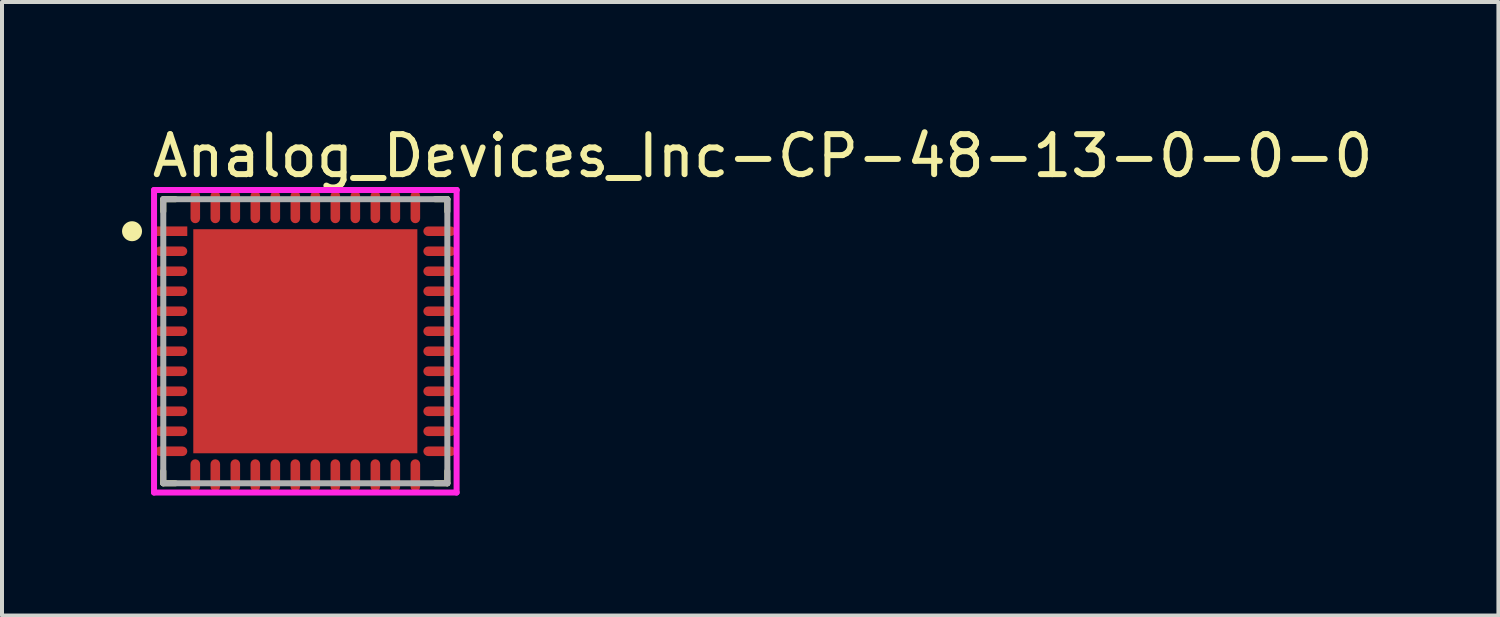
<source format=kicad_pcb>
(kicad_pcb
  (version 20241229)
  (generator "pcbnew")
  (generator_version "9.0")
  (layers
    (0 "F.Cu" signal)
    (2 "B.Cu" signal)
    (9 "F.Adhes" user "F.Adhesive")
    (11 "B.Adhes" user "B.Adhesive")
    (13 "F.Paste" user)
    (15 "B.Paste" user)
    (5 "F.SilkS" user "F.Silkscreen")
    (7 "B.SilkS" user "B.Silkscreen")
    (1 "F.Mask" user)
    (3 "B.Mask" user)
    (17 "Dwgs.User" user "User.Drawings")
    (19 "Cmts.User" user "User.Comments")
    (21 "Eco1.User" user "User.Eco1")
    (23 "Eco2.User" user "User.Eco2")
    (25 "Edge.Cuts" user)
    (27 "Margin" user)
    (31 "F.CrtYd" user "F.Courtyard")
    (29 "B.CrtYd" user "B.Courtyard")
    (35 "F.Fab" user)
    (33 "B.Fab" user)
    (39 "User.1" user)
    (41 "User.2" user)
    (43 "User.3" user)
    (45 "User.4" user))
  (footprint "Analog_Devices_Inc-CP-48-13-0-0-0"
    (layer "F.Cu")
    (at 4.581 5.479)
    (property "Reference" "Analog_Devices_Inc-CP-48-13-0-0-0" (at -3.906 -4.631 0) (layer "F.SilkS") (effects (font (size 1 1) (thickness 0.15)) (justify left)))
    (attr through_hole)
    (fp_line (start -3.55 -3.55) (end -3.245 -3.55) (stroke (width 0.15) (type solid)) (layer "F.SilkS"))
    (fp_line (start -3.55 -3.245) (end -3.55 -3.55) (stroke (width 0.15) (type solid)) (layer "F.SilkS"))
    (fp_line (start -3.55 3.55) (end -3.55 3.245) (stroke (width 0.15) (type solid)) (layer "F.SilkS"))
    (fp_line (start -3.55 3.55) (end -3.245 3.55) (stroke (width 0.15) (type solid)) (layer "F.SilkS"))
    (fp_line (start 3.245 -3.55) (end 3.55 -3.55) (stroke (width 0.15) (type solid)) (layer "F.SilkS"))
    (fp_line (start 3.245 3.55) (end 3.55 3.55) (stroke (width 0.15) (type solid)) (layer "F.SilkS"))
    (fp_line (start 3.55 -3.245) (end 3.55 -3.55) (stroke (width 0.15) (type solid)) (layer "F.SilkS"))
    (fp_line (start 3.55 3.55) (end 3.55 3.245) (stroke (width 0.15) (type solid)) (layer "F.SilkS"))
    (fp_circle (center -4.331 -2.75) (end -4.206 -2.75) (stroke (width 0.25) (type solid)) (fill no) (layer "F.SilkS"))
    (fp_poly (pts (xy -2.152 -2.152) (xy -0.349 -2.152) (xy -0.349 -0.349) (xy -2.152 -0.349)) (stroke (width 0) (type solid)) (fill yes) (layer "F.Paste"))
    (fp_poly (pts (xy -2.152 0.349) (xy -0.349 0.349) (xy -0.349 2.152) (xy -2.152 2.152)) (stroke (width 0) (type solid)) (fill yes) (layer "F.Paste"))
    (fp_poly (pts (xy 0.349 -2.152) (xy 2.152 -2.152) (xy 2.152 -0.349) (xy 0.349 -0.349)) (stroke (width 0) (type solid)) (fill yes) (layer "F.Paste"))
    (fp_poly (pts (xy 0.349 0.349) (xy 2.152 0.349) (xy 2.152 2.152) (xy 0.349 2.152)) (stroke (width 0) (type solid)) (fill yes) (layer "F.Paste"))
    (fp_line (start -3.781 -3.781) (end -3.781 3.781) (stroke (width 0.15) (type solid)) (layer "F.CrtYd"))
    (fp_line (start -3.781 3.781) (end 3.781 3.781) (stroke (width 0.15) (type solid)) (layer "F.CrtYd"))
    (fp_line (start 3.781 -3.781) (end -3.781 -3.781) (stroke (width 0.15) (type solid)) (layer "F.CrtYd"))
    (fp_line (start 3.781 -3.781) (end 3.781 -3.781) (stroke (width 0.15) (type solid)) (layer "F.CrtYd"))
    (fp_line (start 3.781 3.781) (end 3.781 -3.781) (stroke (width 0.15) (type solid)) (layer "F.CrtYd"))
    (fp_line (start -3.55 -3.55) (end 3.55 -3.55) (stroke (width 0.15) (type solid)) (layer "F.Fab"))
    (fp_line (start -3.55 3.55) (end -3.55 -3.55) (stroke (width 0.15) (type solid)) (layer "F.Fab"))
    (fp_line (start 3.55 -3.55) (end 3.55 3.55) (stroke (width 0.15) (type solid)) (layer "F.Fab"))
    (fp_line (start 3.55 3.55) (end -3.55 3.55) (stroke (width 0.15) (type solid)) (layer "F.Fab"))
    (pad "1" smd rect (at -3.353 -2.75) (size 0.806 0.239) (layers "F.Cu" "F.Mask" "F.Paste"))
    (pad "2" smd roundrect (at -3.353 -2.25) (size 0.806 0.239) (layers "F.Cu" "F.Mask" "F.Paste") (roundrect_rratio 0.5))
    (pad "3" smd roundrect (at -3.353 -1.75) (size 0.806 0.239) (layers "F.Cu" "F.Mask" "F.Paste") (roundrect_rratio 0.5))
    (pad "4" smd roundrect (at -3.353 -1.25) (size 0.806 0.239) (layers "F.Cu" "F.Mask" "F.Paste") (roundrect_rratio 0.5))
    (pad "5" smd roundrect (at -3.353 -0.75) (size 0.806 0.239) (layers "F.Cu" "F.Mask" "F.Paste") (roundrect_rratio 0.5))
    (pad "6" smd roundrect (at -3.353 -0.25) (size 0.806 0.239) (layers "F.Cu" "F.Mask" "F.Paste") (roundrect_rratio 0.5))
    (pad "7" smd roundrect (at -3.353 0.25) (size 0.806 0.239) (layers "F.Cu" "F.Mask" "F.Paste") (roundrect_rratio 0.5))
    (pad "8" smd roundrect (at -3.353 0.75) (size 0.806 0.239) (layers "F.Cu" "F.Mask" "F.Paste") (roundrect_rratio 0.5))
    (pad "9" smd roundrect (at -3.353 1.25) (size 0.806 0.239) (layers "F.Cu" "F.Mask" "F.Paste") (roundrect_rratio 0.5))
    (pad "10" smd roundrect (at -3.353 1.75) (size 0.806 0.239) (layers "F.Cu" "F.Mask" "F.Paste") (roundrect_rratio 0.5))
    (pad "11" smd roundrect (at -3.353 2.25) (size 0.806 0.239) (layers "F.Cu" "F.Mask" "F.Paste") (roundrect_rratio 0.5))
    (pad "12" smd roundrect (at -3.353 2.75) (size 0.806 0.239) (layers "F.Cu" "F.Mask" "F.Paste") (roundrect_rratio 0.5))
    (pad "13" smd roundrect (at -2.75 3.353) (size 0.239 0.806) (layers "F.Cu" "F.Mask" "F.Paste") (roundrect_rratio 0.5))
    (pad "14" smd roundrect (at -2.25 3.353) (size 0.239 0.806) (layers "F.Cu" "F.Mask" "F.Paste") (roundrect_rratio 0.5))
    (pad "15" smd roundrect (at -1.75 3.353) (size 0.239 0.806) (layers "F.Cu" "F.Mask" "F.Paste") (roundrect_rratio 0.5))
    (pad "16" smd roundrect (at -1.25 3.353) (size 0.239 0.806) (layers "F.Cu" "F.Mask" "F.Paste") (roundrect_rratio 0.5))
    (pad "17" smd roundrect (at -0.75 3.353) (size 0.239 0.806) (layers "F.Cu" "F.Mask" "F.Paste") (roundrect_rratio 0.5))
    (pad "18" smd roundrect (at -0.25 3.353) (size 0.239 0.806) (layers "F.Cu" "F.Mask" "F.Paste") (roundrect_rratio 0.5))
    (pad "19" smd roundrect (at 0.25 3.353) (size 0.239 0.806) (layers "F.Cu" "F.Mask" "F.Paste") (roundrect_rratio 0.5))
    (pad "20" smd roundrect (at 0.75 3.353) (size 0.239 0.806) (layers "F.Cu" "F.Mask" "F.Paste") (roundrect_rratio 0.5))
    (pad "21" smd roundrect (at 1.25 3.353) (size 0.239 0.806) (layers "F.Cu" "F.Mask" "F.Paste") (roundrect_rratio 0.5))
    (pad "22" smd roundrect (at 1.75 3.353) (size 0.239 0.806) (layers "F.Cu" "F.Mask" "F.Paste") (roundrect_rratio 0.5))
    (pad "23" smd roundrect (at 2.25 3.353) (size 0.239 0.806) (layers "F.Cu" "F.Mask" "F.Paste") (roundrect_rratio 0.5))
    (pad "24" smd roundrect (at 2.75 3.353) (size 0.239 0.806) (layers "F.Cu" "F.Mask" "F.Paste") (roundrect_rratio 0.5))
    (pad "25" smd roundrect (at 3.353 2.75) (size 0.806 0.239) (layers "F.Cu" "F.Mask" "F.Paste") (roundrect_rratio 0.5))
    (pad "26" smd roundrect (at 3.353 2.25) (size 0.806 0.239) (layers "F.Cu" "F.Mask" "F.Paste") (roundrect_rratio 0.5))
    (pad "27" smd roundrect (at 3.353 1.75) (size 0.806 0.239) (layers "F.Cu" "F.Mask" "F.Paste") (roundrect_rratio 0.5))
    (pad "28" smd roundrect (at 3.353 1.25) (size 0.806 0.239) (layers "F.Cu" "F.Mask" "F.Paste") (roundrect_rratio 0.5))
    (pad "29" smd roundrect (at 3.353 0.75) (size 0.806 0.239) (layers "F.Cu" "F.Mask" "F.Paste") (roundrect_rratio 0.5))
    (pad "30" smd roundrect (at 3.353 0.25) (size 0.806 0.239) (layers "F.Cu" "F.Mask" "F.Paste") (roundrect_rratio 0.5))
    (pad "31" smd roundrect (at 3.353 -0.25) (size 0.806 0.239) (layers "F.Cu" "F.Mask" "F.Paste") (roundrect_rratio 0.5))
    (pad "32" smd roundrect (at 3.353 -0.75) (size 0.806 0.239) (layers "F.Cu" "F.Mask" "F.Paste") (roundrect_rratio 0.5))
    (pad "33" smd roundrect (at 3.353 -1.25) (size 0.806 0.239) (layers "F.Cu" "F.Mask" "F.Paste") (roundrect_rratio 0.5))
    (pad "34" smd roundrect (at 3.353 -1.75) (size 0.806 0.239) (layers "F.Cu" "F.Mask" "F.Paste") (roundrect_rratio 0.5))
    (pad "35" smd roundrect (at 3.353 -2.25) (size 0.806 0.239) (layers "F.Cu" "F.Mask" "F.Paste") (roundrect_rratio 0.5))
    (pad "36" smd roundrect (at 3.353 -2.75) (size 0.806 0.239) (layers "F.Cu" "F.Mask" "F.Paste") (roundrect_rratio 0.5))
    (pad "37" smd roundrect (at 2.75 -3.353) (size 0.239 0.806) (layers "F.Cu" "F.Mask" "F.Paste") (roundrect_rratio 0.5))
    (pad "38" smd roundrect (at 2.25 -3.353) (size 0.239 0.806) (layers "F.Cu" "F.Mask" "F.Paste") (roundrect_rratio 0.5))
    (pad "39" smd roundrect (at 1.75 -3.353) (size 0.239 0.806) (layers "F.Cu" "F.Mask" "F.Paste") (roundrect_rratio 0.5))
    (pad "40" smd roundrect (at 1.25 -3.353) (size 0.239 0.806) (layers "F.Cu" "F.Mask" "F.Paste") (roundrect_rratio 0.5))
    (pad "41" smd roundrect (at 0.75 -3.353) (size 0.239 0.806) (layers "F.Cu" "F.Mask" "F.Paste") (roundrect_rratio 0.5))
    (pad "42" smd roundrect (at 0.25 -3.353) (size 0.239 0.806) (layers "F.Cu" "F.Mask" "F.Paste") (roundrect_rratio 0.5))
    (pad "43" smd roundrect (at -0.25 -3.353) (size 0.239 0.806) (layers "F.Cu" "F.Mask" "F.Paste") (roundrect_rratio 0.5))
    (pad "44" smd roundrect (at -0.75 -3.353) (size 0.239 0.806) (layers "F.Cu" "F.Mask" "F.Paste") (roundrect_rratio 0.5))
    (pad "45" smd roundrect (at -1.25 -3.353) (size 0.239 0.806) (layers "F.Cu" "F.Mask" "F.Paste") (roundrect_rratio 0.5))
    (pad "46" smd roundrect (at -1.75 -3.353) (size 0.239 0.806) (layers "F.Cu" "F.Mask" "F.Paste") (roundrect_rratio 0.5))
    (pad "47" smd roundrect (at -2.25 -3.353) (size 0.239 0.806) (layers "F.Cu" "F.Mask" "F.Paste") (roundrect_rratio 0.5))
    (pad "48" smd roundrect (at -2.75 -3.353) (size 0.239 0.806) (layers "F.Cu" "F.Mask" "F.Paste") (roundrect_rratio 0.5))
    (pad "49" smd rect (at 0 0) (size 5.6 5.6) (layers "F.Cu" "F.Mask")))
  (gr_rect
    (start -3 -3)
    (end 34.401 12.335)
    (stroke (width 0.1) (type default))
    (fill no)
    (layer "Edge.Cuts")))
</source>
